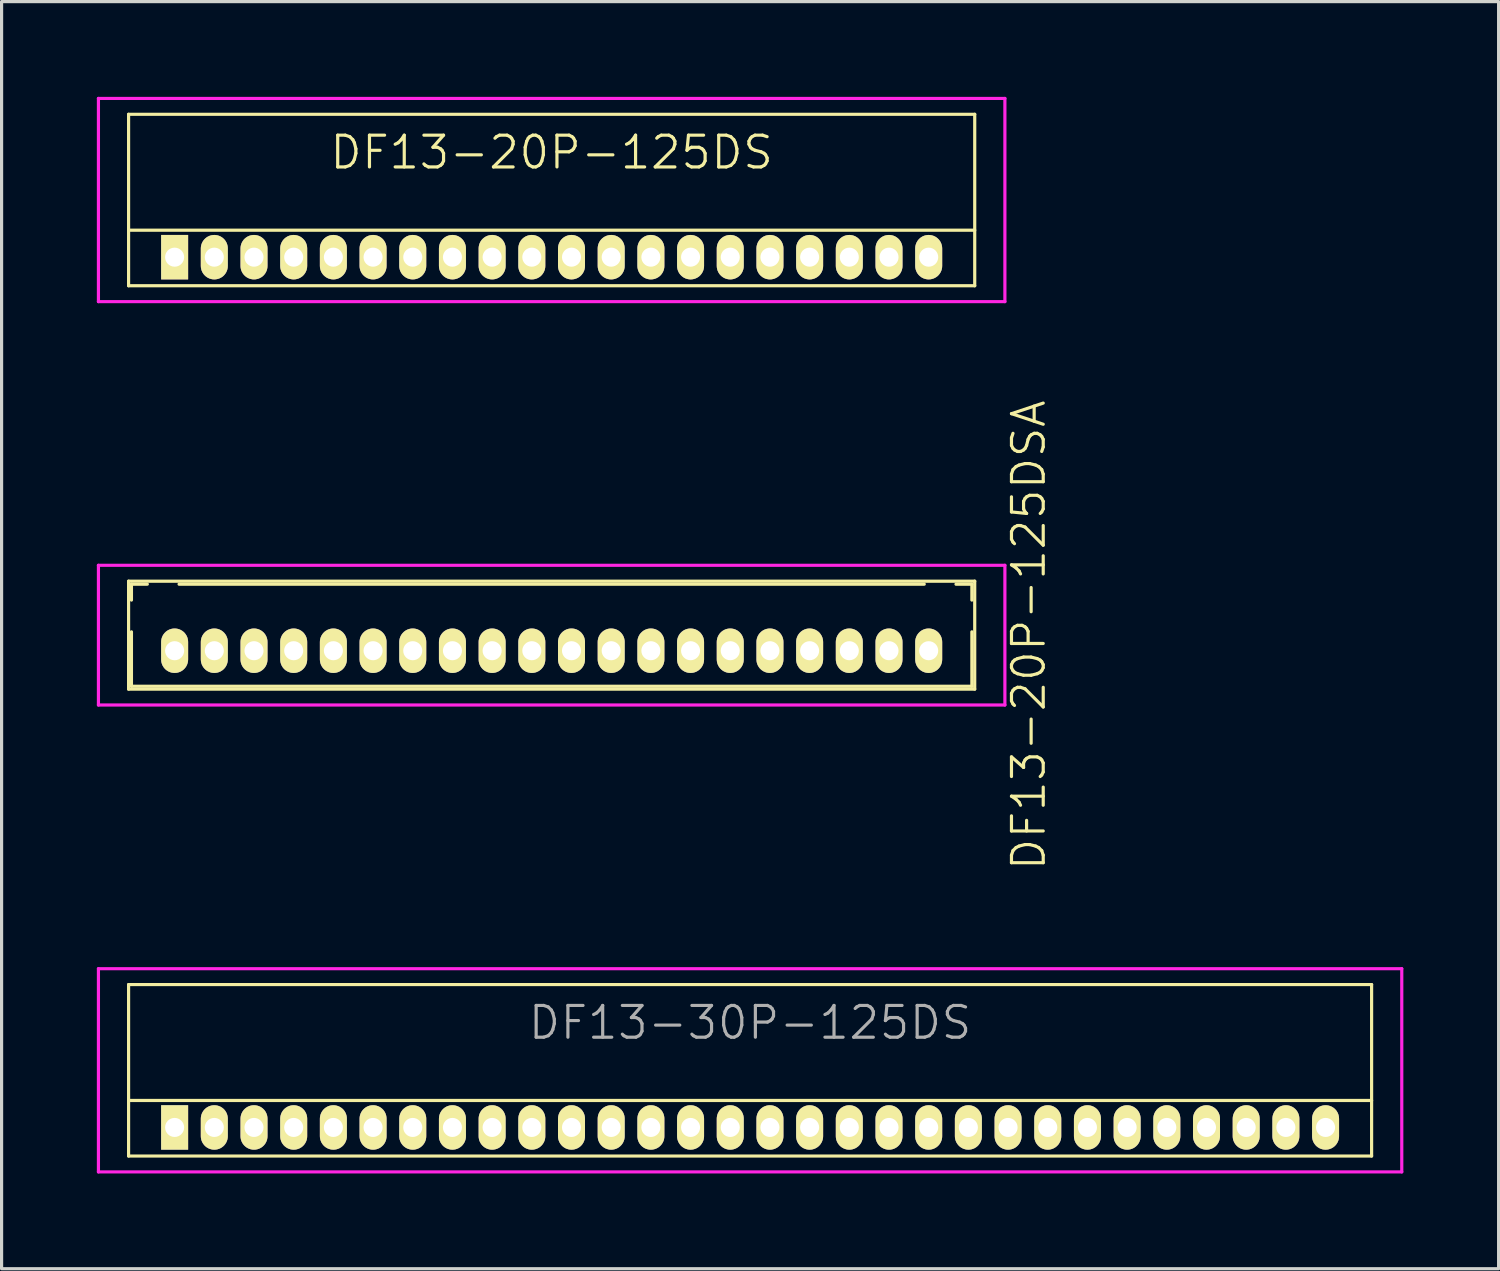
<source format=kicad_pcb>
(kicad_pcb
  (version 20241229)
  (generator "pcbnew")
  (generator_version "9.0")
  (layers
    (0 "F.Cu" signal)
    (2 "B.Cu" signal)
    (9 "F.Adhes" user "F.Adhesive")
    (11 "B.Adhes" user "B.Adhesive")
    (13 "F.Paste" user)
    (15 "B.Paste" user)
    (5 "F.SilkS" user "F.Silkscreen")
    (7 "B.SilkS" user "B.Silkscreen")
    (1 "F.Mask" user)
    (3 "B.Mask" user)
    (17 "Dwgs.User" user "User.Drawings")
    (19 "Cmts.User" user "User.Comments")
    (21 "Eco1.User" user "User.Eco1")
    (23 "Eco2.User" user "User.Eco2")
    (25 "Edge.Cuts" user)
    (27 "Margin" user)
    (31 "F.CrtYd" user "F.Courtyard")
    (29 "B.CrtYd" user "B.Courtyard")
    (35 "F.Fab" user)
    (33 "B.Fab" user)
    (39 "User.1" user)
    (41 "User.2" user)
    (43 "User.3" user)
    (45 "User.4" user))
  (footprint "DF13-20P-125DSA"
    (layer "F.Cu")
    (at 14.325 17.445)
    (property "Reference" "DF13-20P-125DSA" (at 15.025 -0.49 90) (layer "F.SilkS") (effects (font (size 1 1) (thickness 0.1))))
    (attr through_hole)
    (fp_line (start -13.325 -2.19) (end -13.325 1.21) (stroke (width 0.1) (type solid)) (layer "F.SilkS"))
    (fp_line (start -13.325 -2.19) (end 13.325 -2.19) (stroke (width 0.1) (type solid)) (layer "F.SilkS"))
    (fp_line (start -13.325 1.21) (end 13.325 1.21) (stroke (width 0.1) (type solid)) (layer "F.SilkS"))
    (fp_line (start -13.235 -2.095) (end -13.235 -1.595) (stroke (width 0.1) (type solid)) (layer "F.SilkS"))
    (fp_line (start -13.235 -2.095) (end -12.735 -2.095) (stroke (width 0.1) (type solid)) (layer "F.SilkS"))
    (fp_line (start -13.235 -0.595) (end -13.235 1.12) (stroke (width 0.1) (type solid)) (layer "F.SilkS"))
    (fp_line (start -13.235 1.12) (end 13.235 1.12) (stroke (width 0.1) (type solid)) (layer "F.SilkS"))
    (fp_line (start -11.735 -2.095) (end 11.735 -2.095) (stroke (width 0.1) (type solid)) (layer "F.SilkS"))
    (fp_line (start 12.735 -2.095) (end 13.235 -2.095) (stroke (width 0.1) (type solid)) (layer "F.SilkS"))
    (fp_line (start 13.235 -2.095) (end 13.235 -1.595) (stroke (width 0.1) (type solid)) (layer "F.SilkS"))
    (fp_line (start 13.235 -0.595) (end 13.235 1.12) (stroke (width 0.1) (type solid)) (layer "F.SilkS"))
    (fp_line (start 13.325 -2.19) (end 13.325 1.21) (stroke (width 0.1) (type solid)) (layer "F.SilkS"))
    (fp_line (start -14.275 -2.69) (end -14.275 1.71) (stroke (width 0.1) (type solid)) (layer "F.CrtYd"))
    (fp_line (start -14.275 1.71) (end 14.275 1.71) (stroke (width 0.1) (type solid)) (layer "F.CrtYd"))
    (fp_line (start 14.275 -2.69) (end -14.275 -2.69) (stroke (width 0.1) (type solid)) (layer "F.CrtYd"))
    (fp_line (start 14.275 1.71) (end 14.275 -2.69) (stroke (width 0.1) (type solid)) (layer "F.CrtYd"))
    (pad "1" thru_hole oval (at -11.875 0) (size 0.85 1.4) (drill 0.6) (layers "*.Cu" "*.Mask" "F.SilkS"))
    (pad "2" thru_hole oval (at -10.625 0) (size 0.85 1.4) (drill 0.6) (layers "*.Cu" "*.Mask" "F.SilkS"))
    (pad "3" thru_hole oval (at -9.375 0) (size 0.85 1.4) (drill 0.6) (layers "*.Cu" "*.Mask" "F.SilkS"))
    (pad "4" thru_hole oval (at -8.125 0) (size 0.85 1.4) (drill 0.6) (layers "*.Cu" "*.Mask" "F.SilkS"))
    (pad "5" thru_hole oval (at -6.875 0) (size 0.85 1.4) (drill 0.6) (layers "*.Cu" "*.Mask" "F.SilkS"))
    (pad "6" thru_hole oval (at -5.625 0) (size 0.85 1.4) (drill 0.6) (layers "*.Cu" "*.Mask" "F.SilkS"))
    (pad "7" thru_hole oval (at -4.375 0) (size 0.85 1.4) (drill 0.6) (layers "*.Cu" "*.Mask" "F.SilkS"))
    (pad "8" thru_hole oval (at -3.125 0) (size 0.85 1.4) (drill 0.6) (layers "*.Cu" "*.Mask" "F.SilkS"))
    (pad "9" thru_hole oval (at -1.875 0) (size 0.85 1.4) (drill 0.6) (layers "*.Cu" "*.Mask" "F.SilkS"))
    (pad "10" thru_hole oval (at -0.625 0) (size 0.85 1.4) (drill 0.6) (layers "*.Cu" "*.Mask" "F.SilkS"))
    (pad "11" thru_hole oval (at 0.625 0) (size 0.85 1.4) (drill 0.6) (layers "*.Cu" "*.Mask" "F.SilkS"))
    (pad "12" thru_hole oval (at 1.875 0) (size 0.85 1.4) (drill 0.6) (layers "*.Cu" "*.Mask" "F.SilkS"))
    (pad "13" thru_hole oval (at 3.125 0) (size 0.85 1.4) (drill 0.6) (layers "*.Cu" "*.Mask" "F.SilkS"))
    (pad "14" thru_hole oval (at 4.375 0) (size 0.85 1.4) (drill 0.6) (layers "*.Cu" "*.Mask" "F.SilkS"))
    (pad "15" thru_hole oval (at 5.625 0) (size 0.85 1.4) (drill 0.6) (layers "*.Cu" "*.Mask" "F.SilkS"))
    (pad "16" thru_hole oval (at 6.875 0) (size 0.85 1.4) (drill 0.6) (layers "*.Cu" "*.Mask" "F.SilkS"))
    (pad "17" thru_hole oval (at 8.125 0) (size 0.85 1.4) (drill 0.6) (layers "*.Cu" "*.Mask" "F.SilkS"))
    (pad "18" thru_hole oval (at 9.375 0) (size 0.85 1.4) (drill 0.6) (layers "*.Cu" "*.Mask" "F.SilkS"))
    (pad "19" thru_hole oval (at 10.625 0) (size 0.85 1.4) (drill 0.6) (layers "*.Cu" "*.Mask" "F.SilkS"))
    (pad "20" thru_hole oval (at 11.875 0) (size 0.85 1.4) (drill 0.6) (layers "*.Cu" "*.Mask" "F.SilkS")))
  (footprint "DF13-20P-125DS"
    (layer "F.Cu")
    (at 14.325 5.05)
    (property "Reference" "DF13-20P-125DS" (at 0 -3.3 0) (layer "F.SilkS") (effects (font (size 1 1) (thickness 0.1))))
    (attr through_hole)
    (fp_line (start -13.325 -4.5) (end -13.325 0.9) (stroke (width 0.1) (type solid)) (layer "F.SilkS"))
    (fp_line (start -13.325 -4.5) (end 13.325 -4.5) (stroke (width 0.1) (type solid)) (layer "F.SilkS"))
    (fp_line (start -13.325 -0.85) (end 13.325 -0.85) (stroke (width 0.1) (type solid)) (layer "F.SilkS"))
    (fp_line (start -13.325 0.9) (end 13.325 0.9) (stroke (width 0.1) (type solid)) (layer "F.SilkS"))
    (fp_line (start 13.325 -4.5) (end 13.325 0.9) (stroke (width 0.1) (type solid)) (layer "F.SilkS"))
    (fp_line (start -14.275 -5) (end -14.275 1.4) (stroke (width 0.1) (type solid)) (layer "F.CrtYd"))
    (fp_line (start -14.275 1.4) (end 14.275 1.4) (stroke (width 0.1) (type solid)) (layer "F.CrtYd"))
    (fp_line (start 14.275 -5) (end -14.275 -5) (stroke (width 0.1) (type solid)) (layer "F.CrtYd"))
    (fp_line (start 14.275 1.4) (end 14.275 -5) (stroke (width 0.1) (type solid)) (layer "F.CrtYd"))
    (pad "1" thru_hole rect (at -11.875 0) (size 0.85 1.4) (drill 0.6) (layers "*.Cu" "*.Mask" "F.SilkS"))
    (pad "2" thru_hole oval (at -10.625 0) (size 0.85 1.4) (drill 0.6) (layers "*.Cu" "*.Mask" "F.SilkS"))
    (pad "3" thru_hole oval (at -9.375 0) (size 0.85 1.4) (drill 0.6) (layers "*.Cu" "*.Mask" "F.SilkS"))
    (pad "4" thru_hole oval (at -8.125 0) (size 0.85 1.4) (drill 0.6) (layers "*.Cu" "*.Mask" "F.SilkS"))
    (pad "5" thru_hole oval (at -6.875 0) (size 0.85 1.4) (drill 0.6) (layers "*.Cu" "*.Mask" "F.SilkS"))
    (pad "6" thru_hole oval (at -5.625 0) (size 0.85 1.4) (drill 0.6) (layers "*.Cu" "*.Mask" "F.SilkS"))
    (pad "7" thru_hole oval (at -4.375 0) (size 0.85 1.4) (drill 0.6) (layers "*.Cu" "*.Mask" "F.SilkS"))
    (pad "8" thru_hole oval (at -3.125 0) (size 0.85 1.4) (drill 0.6) (layers "*.Cu" "*.Mask" "F.SilkS"))
    (pad "9" thru_hole oval (at -1.875 0) (size 0.85 1.4) (drill 0.6) (layers "*.Cu" "*.Mask" "F.SilkS"))
    (pad "10" thru_hole oval (at -0.625 0) (size 0.85 1.4) (drill 0.6) (layers "*.Cu" "*.Mask" "F.SilkS"))
    (pad "11" thru_hole oval (at 0.625 0) (size 0.85 1.4) (drill 0.6) (layers "*.Cu" "*.Mask" "F.SilkS"))
    (pad "12" thru_hole oval (at 1.875 0) (size 0.85 1.4) (drill 0.6) (layers "*.Cu" "*.Mask" "F.SilkS"))
    (pad "13" thru_hole oval (at 3.125 0) (size 0.85 1.4) (drill 0.6) (layers "*.Cu" "*.Mask" "F.SilkS"))
    (pad "14" thru_hole oval (at 4.375 0) (size 0.85 1.4) (drill 0.6) (layers "*.Cu" "*.Mask" "F.SilkS"))
    (pad "15" thru_hole oval (at 5.625 0) (size 0.85 1.4) (drill 0.6) (layers "*.Cu" "*.Mask" "F.SilkS"))
    (pad "16" thru_hole oval (at 6.875 0) (size 0.85 1.4) (drill 0.6) (layers "*.Cu" "*.Mask" "F.SilkS"))
    (pad "17" thru_hole oval (at 8.125 0) (size 0.85 1.4) (drill 0.6) (layers "*.Cu" "*.Mask" "F.SilkS"))
    (pad "18" thru_hole oval (at 9.375 0) (size 0.85 1.4) (drill 0.6) (layers "*.Cu" "*.Mask" "F.SilkS"))
    (pad "19" thru_hole oval (at 10.625 0) (size 0.85 1.4) (drill 0.6) (layers "*.Cu" "*.Mask" "F.SilkS"))
    (pad "20" thru_hole oval (at 11.875 0) (size 0.85 1.4) (drill 0.6) (layers "*.Cu" "*.Mask" "F.SilkS")))
  (footprint "DF13-30P-125DS"
    (layer "F.Cu")
    (at 20.575 32.46)
    (property "Reference" "DF13-30P-125DS" (at 0 -3.3 0) (layer "F.Fab") (effects (font (size 1 1) (thickness 0.1))))
    (attr through_hole)
    (fp_line (start -19.575 -4.5) (end -19.575 0.9) (stroke (width 0.1) (type solid)) (layer "F.SilkS"))
    (fp_line (start -19.575 -4.5) (end 19.575 -4.5) (stroke (width 0.1) (type solid)) (layer "F.SilkS"))
    (fp_line (start -19.575 -0.85) (end 19.575 -0.85) (stroke (width 0.1) (type solid)) (layer "F.SilkS"))
    (fp_line (start -19.575 0.9) (end 19.575 0.9) (stroke (width 0.1) (type solid)) (layer "F.SilkS"))
    (fp_line (start 19.575 -4.5) (end 19.575 0.9) (stroke (width 0.1) (type solid)) (layer "F.SilkS"))
    (fp_line (start -20.525 -5) (end -20.525 1.4) (stroke (width 0.1) (type solid)) (layer "F.CrtYd"))
    (fp_line (start -20.525 1.4) (end 20.525 1.4) (stroke (width 0.1) (type solid)) (layer "F.CrtYd"))
    (fp_line (start 20.525 -5) (end -20.525 -5) (stroke (width 0.1) (type solid)) (layer "F.CrtYd"))
    (fp_line (start 20.525 1.4) (end 20.525 -5) (stroke (width 0.1) (type solid)) (layer "F.CrtYd"))
    (pad "1" thru_hole rect (at -18.125 0) (size 0.85 1.4) (drill 0.6) (layers "*.Cu" "*.Mask" "F.SilkS"))
    (pad "2" thru_hole oval (at -16.875 0) (size 0.85 1.4) (drill 0.6) (layers "*.Cu" "*.Mask" "F.SilkS"))
    (pad "3" thru_hole oval (at -15.625 0) (size 0.85 1.4) (drill 0.6) (layers "*.Cu" "*.Mask" "F.SilkS"))
    (pad "4" thru_hole oval (at -14.375 0) (size 0.85 1.4) (drill 0.6) (layers "*.Cu" "*.Mask" "F.SilkS"))
    (pad "5" thru_hole oval (at -13.125 0) (size 0.85 1.4) (drill 0.6) (layers "*.Cu" "*.Mask" "F.SilkS"))
    (pad "6" thru_hole oval (at -11.875 0) (size 0.85 1.4) (drill 0.6) (layers "*.Cu" "*.Mask" "F.SilkS"))
    (pad "7" thru_hole oval (at -10.625 0) (size 0.85 1.4) (drill 0.6) (layers "*.Cu" "*.Mask" "F.SilkS"))
    (pad "8" thru_hole oval (at -9.375 0) (size 0.85 1.4) (drill 0.6) (layers "*.Cu" "*.Mask" "F.SilkS"))
    (pad "9" thru_hole oval (at -8.125 0) (size 0.85 1.4) (drill 0.6) (layers "*.Cu" "*.Mask" "F.SilkS"))
    (pad "10" thru_hole oval (at -6.875 0) (size 0.85 1.4) (drill 0.6) (layers "*.Cu" "*.Mask" "F.SilkS"))
    (pad "11" thru_hole oval (at -5.625 0) (size 0.85 1.4) (drill 0.6) (layers "*.Cu" "*.Mask" "F.SilkS"))
    (pad "12" thru_hole oval (at -4.375 0) (size 0.85 1.4) (drill 0.6) (layers "*.Cu" "*.Mask" "F.SilkS"))
    (pad "13" thru_hole oval (at -3.125 0) (size 0.85 1.4) (drill 0.6) (layers "*.Cu" "*.Mask" "F.SilkS"))
    (pad "14" thru_hole oval (at -1.875 0) (size 0.85 1.4) (drill 0.6) (layers "*.Cu" "*.Mask" "F.SilkS"))
    (pad "15" thru_hole oval (at -0.625 0) (size 0.85 1.4) (drill 0.6) (layers "*.Cu" "*.Mask" "F.SilkS"))
    (pad "16" thru_hole oval (at 0.625 0) (size 0.85 1.4) (drill 0.6) (layers "*.Cu" "*.Mask" "F.SilkS"))
    (pad "17" thru_hole oval (at 1.875 0) (size 0.85 1.4) (drill 0.6) (layers "*.Cu" "*.Mask" "F.SilkS"))
    (pad "18" thru_hole oval (at 3.125 0) (size 0.85 1.4) (drill 0.6) (layers "*.Cu" "*.Mask" "F.SilkS"))
    (pad "19" thru_hole oval (at 4.375 0) (size 0.85 1.4) (drill 0.6) (layers "*.Cu" "*.Mask" "F.SilkS"))
    (pad "20" thru_hole oval (at 5.625 0) (size 0.85 1.4) (drill 0.6) (layers "*.Cu" "*.Mask" "F.SilkS"))
    (pad "21" thru_hole oval (at 6.875 0) (size 0.85 1.4) (drill 0.6) (layers "*.Cu" "*.Mask" "F.SilkS"))
    (pad "22" thru_hole oval (at 8.125 0) (size 0.85 1.4) (drill 0.6) (layers "*.Cu" "*.Mask" "F.SilkS"))
    (pad "23" thru_hole oval (at 9.375 0) (size 0.85 1.4) (drill 0.6) (layers "*.Cu" "*.Mask" "F.SilkS"))
    (pad "24" thru_hole oval (at 10.625 0) (size 0.85 1.4) (drill 0.6) (layers "*.Cu" "*.Mask" "F.SilkS"))
    (pad "25" thru_hole oval (at 11.875 0) (size 0.85 1.4) (drill 0.6) (layers "*.Cu" "*.Mask" "F.SilkS"))
    (pad "26" thru_hole oval (at 13.125 0) (size 0.85 1.4) (drill 0.6) (layers "*.Cu" "*.Mask" "F.SilkS"))
    (pad "27" thru_hole oval (at 14.375 0) (size 0.85 1.4) (drill 0.6) (layers "*.Cu" "*.Mask" "F.SilkS"))
    (pad "28" thru_hole oval (at 15.625 0) (size 0.85 1.4) (drill 0.6) (layers "*.Cu" "*.Mask" "F.SilkS"))
    (pad "29" thru_hole oval (at 16.875 0) (size 0.85 1.4) (drill 0.6) (layers "*.Cu" "*.Mask" "F.SilkS"))
    (pad "30" thru_hole oval (at 18.125 0) (size 0.85 1.4) (drill 0.6) (layers "*.Cu" "*.Mask" "F.SilkS")))
  (gr_rect
    (start -3 -3)
    (end 44.15 36.91)
    (stroke (width 0.1) (type default))
    (fill no)
    (layer "Edge.Cuts")))
</source>
